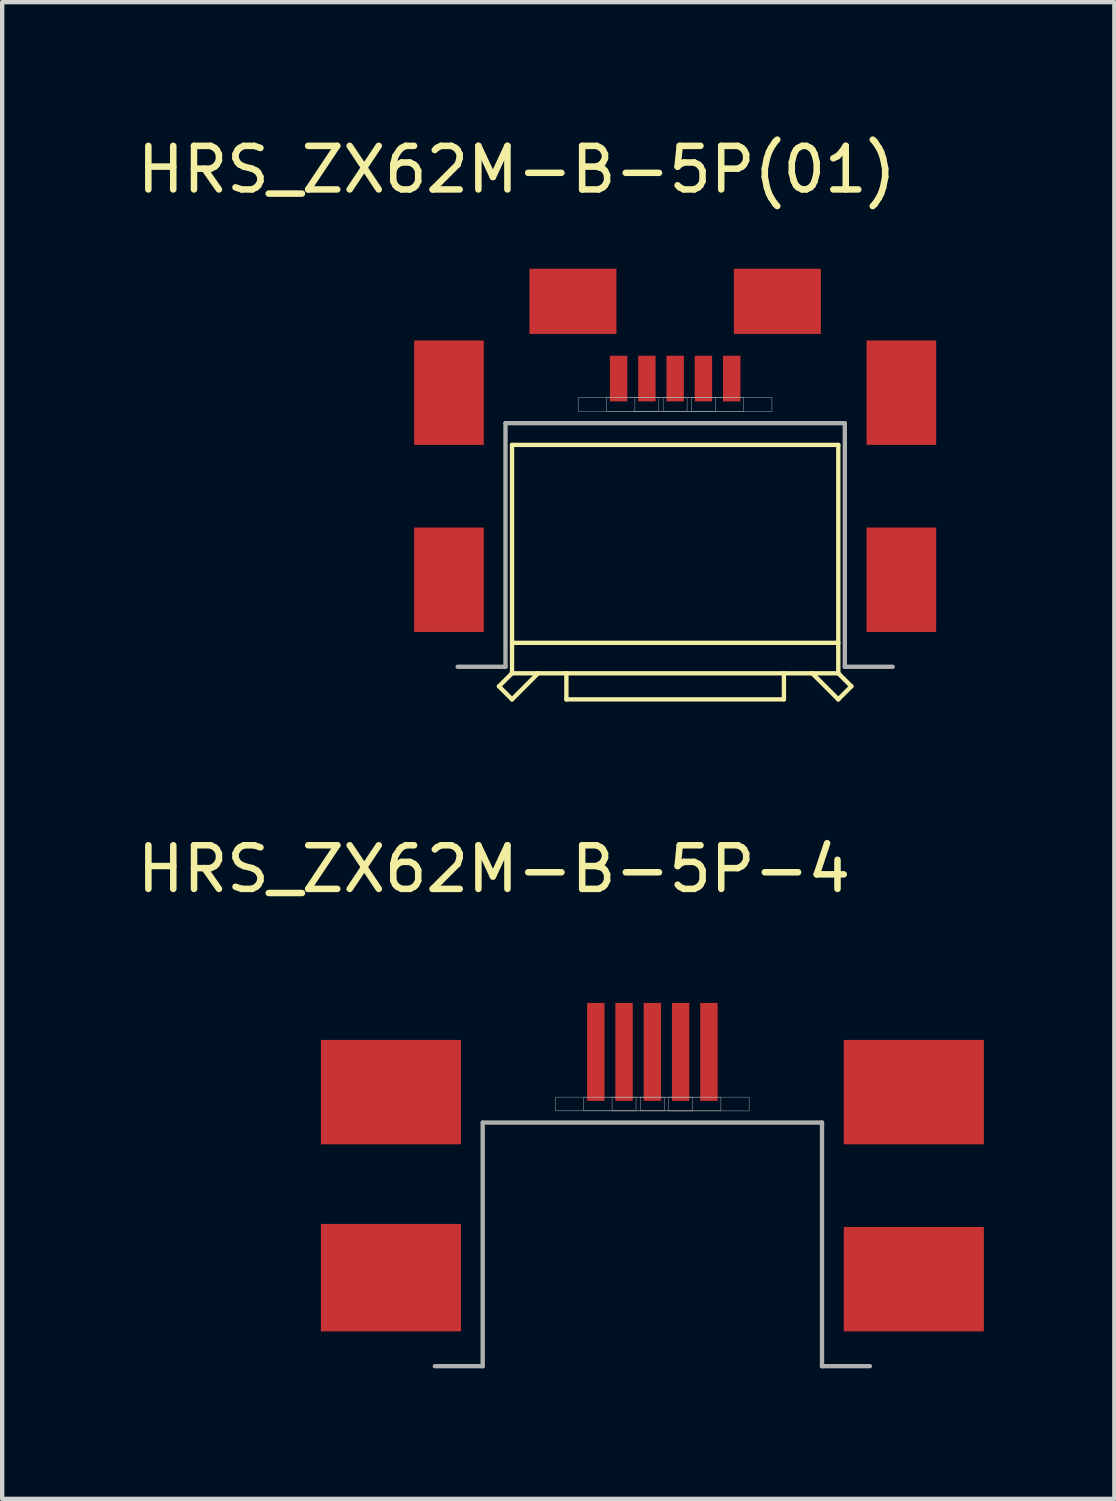
<source format=kicad_pcb>
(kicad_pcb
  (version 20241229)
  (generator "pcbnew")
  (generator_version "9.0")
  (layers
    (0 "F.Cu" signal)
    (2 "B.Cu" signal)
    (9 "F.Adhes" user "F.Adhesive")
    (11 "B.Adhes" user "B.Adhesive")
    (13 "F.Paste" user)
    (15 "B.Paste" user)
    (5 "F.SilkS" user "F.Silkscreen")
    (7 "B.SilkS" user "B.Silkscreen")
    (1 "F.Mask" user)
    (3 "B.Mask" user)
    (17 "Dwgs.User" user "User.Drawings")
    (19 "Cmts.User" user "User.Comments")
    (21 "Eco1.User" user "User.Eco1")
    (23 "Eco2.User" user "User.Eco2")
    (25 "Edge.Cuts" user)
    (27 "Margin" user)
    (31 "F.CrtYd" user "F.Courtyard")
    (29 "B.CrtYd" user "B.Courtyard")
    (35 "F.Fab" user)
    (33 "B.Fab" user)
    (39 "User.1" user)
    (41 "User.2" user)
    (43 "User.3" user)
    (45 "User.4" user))
  (footprint "HRS_ZX62M-B-5P(01)"
    (layer "F.Cu")
    (at 12.47 9.007)
    (property "Reference" "HRS_ZX62M-B-5P(01)" (at -3.641 -8.158 0) (layer "F.SilkS") (effects (font (size 1.002 1.002) (thickness 0.15))))
    (attr smd)
    (fp_line (start -4.05 3.72) (end -3.75 3.42) (stroke (width 0.1) (type solid)) (layer "F.SilkS"))
    (fp_line (start -4.05 3.72) (end -3.75 4.02) (stroke (width 0.1) (type solid)) (layer "F.SilkS"))
    (fp_line (start -3.75 -1.83) (end 3.75 -1.83) (stroke (width 0.1) (type solid)) (layer "F.SilkS"))
    (fp_line (start -3.75 3.42) (end -3.75 -1.83) (stroke (width 0.1) (type solid)) (layer "F.SilkS"))
    (fp_line (start -3.75 4.02) (end -3.15 3.42) (stroke (width 0.1) (type solid)) (layer "F.SilkS"))
    (fp_line (start -3.15 3.42) (end -3.75 3.42) (stroke (width 0.1) (type solid)) (layer "F.SilkS"))
    (fp_line (start -2.5 3.42) (end -3.15 3.42) (stroke (width 0.1) (type solid)) (layer "F.SilkS"))
    (fp_line (start -2.5 4.02) (end -2.5 3.42) (stroke (width 0.1) (type solid)) (layer "F.SilkS"))
    (fp_line (start 2.5 3.42) (end -2.5 3.42) (stroke (width 0.1) (type solid)) (layer "F.SilkS"))
    (fp_line (start 2.5 4.02) (end -2.5 4.02) (stroke (width 0.1) (type solid)) (layer "F.SilkS"))
    (fp_line (start 2.5 4.02) (end 2.5 3.42) (stroke (width 0.1) (type solid)) (layer "F.SilkS"))
    (fp_line (start 3.15 3.42) (end 2.5 3.42) (stroke (width 0.1) (type solid)) (layer "F.SilkS"))
    (fp_line (start 3.15 3.42) (end 3.75 4.02) (stroke (width 0.1) (type solid)) (layer "F.SilkS"))
    (fp_line (start 3.75 2.72) (end -3.75 2.72) (stroke (width 0.1) (type solid)) (layer "F.SilkS"))
    (fp_line (start 3.75 3.42) (end 3.15 3.42) (stroke (width 0.1) (type solid)) (layer "F.SilkS"))
    (fp_line (start 3.75 3.42) (end 3.75 -1.83) (stroke (width 0.1) (type solid)) (layer "F.SilkS"))
    (fp_line (start 3.75 4.02) (end 4.05 3.72) (stroke (width 0.1) (type solid)) (layer "F.SilkS"))
    (fp_line (start 4.05 3.72) (end 3.75 3.42) (stroke (width 0.1) (type solid)) (layer "F.SilkS"))
    (fp_line (start -5 3.27) (end -3.9 3.27) (stroke (width 0.1) (type solid)) (layer "F.Fab"))
    (fp_line (start -3.9 -2.33) (end 3.9 -2.33) (stroke (width 0.1) (type solid)) (layer "F.Fab"))
    (fp_line (start -3.9 3.27) (end -3.9 -2.33) (stroke (width 0.1) (type solid)) (layer "F.Fab"))
    (fp_line (start 3.9 -2.33) (end 3.9 3.27) (stroke (width 0.1) (type solid)) (layer "F.Fab"))
    (fp_line (start 5 3.27) (end 3.9 3.27) (stroke (width 0.1) (type solid)) (layer "F.Fab"))
    (fp_poly (pts (xy -2.229 -2.915) (xy -0.375 -2.915) (xy -0.375 -2.6) (xy -2.229 -2.6)) (stroke (width 0.01) (type solid)) (fill no) (layer "F.Fab"))
    (fp_poly (pts (xy -1.578 -2.915) (xy 0.275 -2.915) (xy 0.275 -2.599) (xy -1.578 -2.599)) (stroke (width 0.01) (type solid)) (fill no) (layer "F.Fab"))
    (fp_poly (pts (xy -0.926 -2.915) (xy 0.925 -2.915) (xy 0.925 -2.598) (xy -0.926 -2.598)) (stroke (width 0.01) (type solid)) (fill no) (layer "F.Fab"))
    (fp_poly (pts (xy -0.276 -2.915) (xy 1.575 -2.915) (xy 1.575 -2.6) (xy -0.276 -2.6)) (stroke (width 0.01) (type solid)) (fill no) (layer "F.Fab"))
    (fp_poly (pts (xy 0.375 -2.915) (xy 2.225 -2.915) (xy 2.225 -2.598) (xy 0.375 -2.598)) (stroke (width 0.01) (type solid)) (fill no) (layer "F.Fab"))
    (pad "1" smd rect (at -1.3 -3.355 90) (size 1.05 0.4) (layers "F.Cu" "F.Mask" "F.Paste"))
    (pad "2" smd rect (at -0.65 -3.355 90) (size 1.05 0.4) (layers "F.Cu" "F.Mask" "F.Paste"))
    (pad "3" smd rect (at 0 -3.355 90) (size 1.05 0.4) (layers "F.Cu" "F.Mask" "F.Paste"))
    (pad "4" smd rect (at 0.65 -3.355 90) (size 1.05 0.4) (layers "F.Cu" "F.Mask" "F.Paste"))
    (pad "5" smd rect (at 1.3 -3.355 90) (size 1.05 0.4) (layers "F.Cu" "F.Mask" "F.Paste"))
    (pad "S1" smd rect (at 5.2 1.27 90) (size 2.4 1.6) (layers "F.Cu" "F.Mask" "F.Paste"))
    (pad "S2" smd rect (at -5.2 1.27 90) (size 2.4 1.6) (layers "F.Cu" "F.Mask" "F.Paste"))
    (pad "S3" smd rect (at -5.2 -3.03 90) (size 2.4 1.6) (layers "F.Cu" "F.Mask" "F.Paste"))
    (pad "S4" smd rect (at -2.35 -5.13 90) (size 1.5 2) (layers "F.Cu" "F.Mask" "F.Paste"))
    (pad "S5" smd rect (at 2.35 -5.13 90) (size 1.5 2) (layers "F.Cu" "F.Mask" "F.Paste"))
    (pad "S6" smd rect (at 5.2 -3.03 90) (size 2.4 1.6) (layers "F.Cu" "F.Mask" "F.Paste")))
  (footprint "HRS_ZX62M-B-5P-4"
    (layer "F.Cu")
    (at 11.946 25.085)
    (property "Reference" "HRS_ZX62M-B-5P-4" (at -3.641 -8.158 0) (layer "F.SilkS") (effects (font (size 1.002 1.002) (thickness 0.15))))
    (attr smd)
    (fp_line (start -5 3.27) (end -3.9 3.27) (stroke (width 0.1) (type solid)) (layer "F.Fab"))
    (fp_line (start -3.9 -2.33) (end 3.9 -2.33) (stroke (width 0.1) (type solid)) (layer "F.Fab"))
    (fp_line (start -3.9 3.27) (end -3.9 -2.33) (stroke (width 0.1) (type solid)) (layer "F.Fab"))
    (fp_line (start 3.9 -2.33) (end 3.9 3.27) (stroke (width 0.1) (type solid)) (layer "F.Fab"))
    (fp_line (start 5 3.27) (end 3.9 3.27) (stroke (width 0.1) (type solid)) (layer "F.Fab"))
    (fp_poly (pts (xy -2.229 -2.915) (xy -0.375 -2.915) (xy -0.375 -2.6) (xy -2.229 -2.6)) (stroke (width 0.01) (type solid)) (fill no) (layer "F.Fab"))
    (fp_poly (pts (xy -1.578 -2.915) (xy 0.275 -2.915) (xy 0.275 -2.599) (xy -1.578 -2.599)) (stroke (width 0.01) (type solid)) (fill no) (layer "F.Fab"))
    (fp_poly (pts (xy -0.926 -2.915) (xy 0.925 -2.915) (xy 0.925 -2.598) (xy -0.926 -2.598)) (stroke (width 0.01) (type solid)) (fill no) (layer "F.Fab"))
    (fp_poly (pts (xy -0.276 -2.915) (xy 1.575 -2.915) (xy 1.575 -2.6) (xy -0.276 -2.6)) (stroke (width 0.01) (type solid)) (fill no) (layer "F.Fab"))
    (fp_poly (pts (xy 0.375 -2.915) (xy 2.225 -2.915) (xy 2.225 -2.598) (xy 0.375 -2.598)) (stroke (width 0.01) (type solid)) (fill no) (layer "F.Fab"))
    (fp_line (start -3.9 -2.33) (end 3.9 -2.33) (stroke (width 0.1) (type default)) (layer "User.1"))
    (fp_line (start -3.9 3.24) (end -3.9 -2.33) (stroke (width 0.1) (type default)) (layer "User.1"))
    (fp_line (start 3.9 -2.33) (end 3.9 3.27) (stroke (width 0.1) (type default)) (layer "User.1"))
    (pad "1" smd rect (at -1.3 -3.955 90) (size 2.25 0.4) (layers "F.Cu" "F.Mask" "F.Paste"))
    (pad "2" smd rect (at -0.65 -3.955 90) (size 2.25 0.4) (layers "F.Cu" "F.Mask" "F.Paste"))
    (pad "3" smd rect (at 0 -3.955 90) (size 2.25 0.4) (layers "F.Cu" "F.Mask" "F.Paste"))
    (pad "4" smd rect (at 0.65 -3.955 90) (size 2.25 0.4) (layers "F.Cu" "F.Mask" "F.Paste"))
    (pad "5" smd rect (at 1.3 -3.955 90) (size 2.25 0.4) (layers "F.Cu" "F.Mask" "F.Paste"))
    (pad "S1" smd rect (at 6.01 1.27 90) (size 2.4 3.22) (layers "F.Cu" "F.Mask" "F.Paste"))
    (pad "S2" smd rect (at -6.01 1.235 90) (size 2.47 3.22) (layers "F.Cu" "F.Mask" "F.Paste"))
    (pad "S3" smd rect (at -6.01 -3.03 90) (size 2.4 3.22) (layers "F.Cu" "F.Mask" "F.Paste"))
    (pad "S6" smd rect (at 6.01 -3.03 90) (size 2.4 3.22) (layers "F.Cu" "F.Mask" "F.Paste")))
  (gr_rect
    (start -3 -3)
    (end 22.566 31.405)
    (stroke (width 0.1) (type default))
    (fill no)
    (layer "Edge.Cuts")))
</source>
